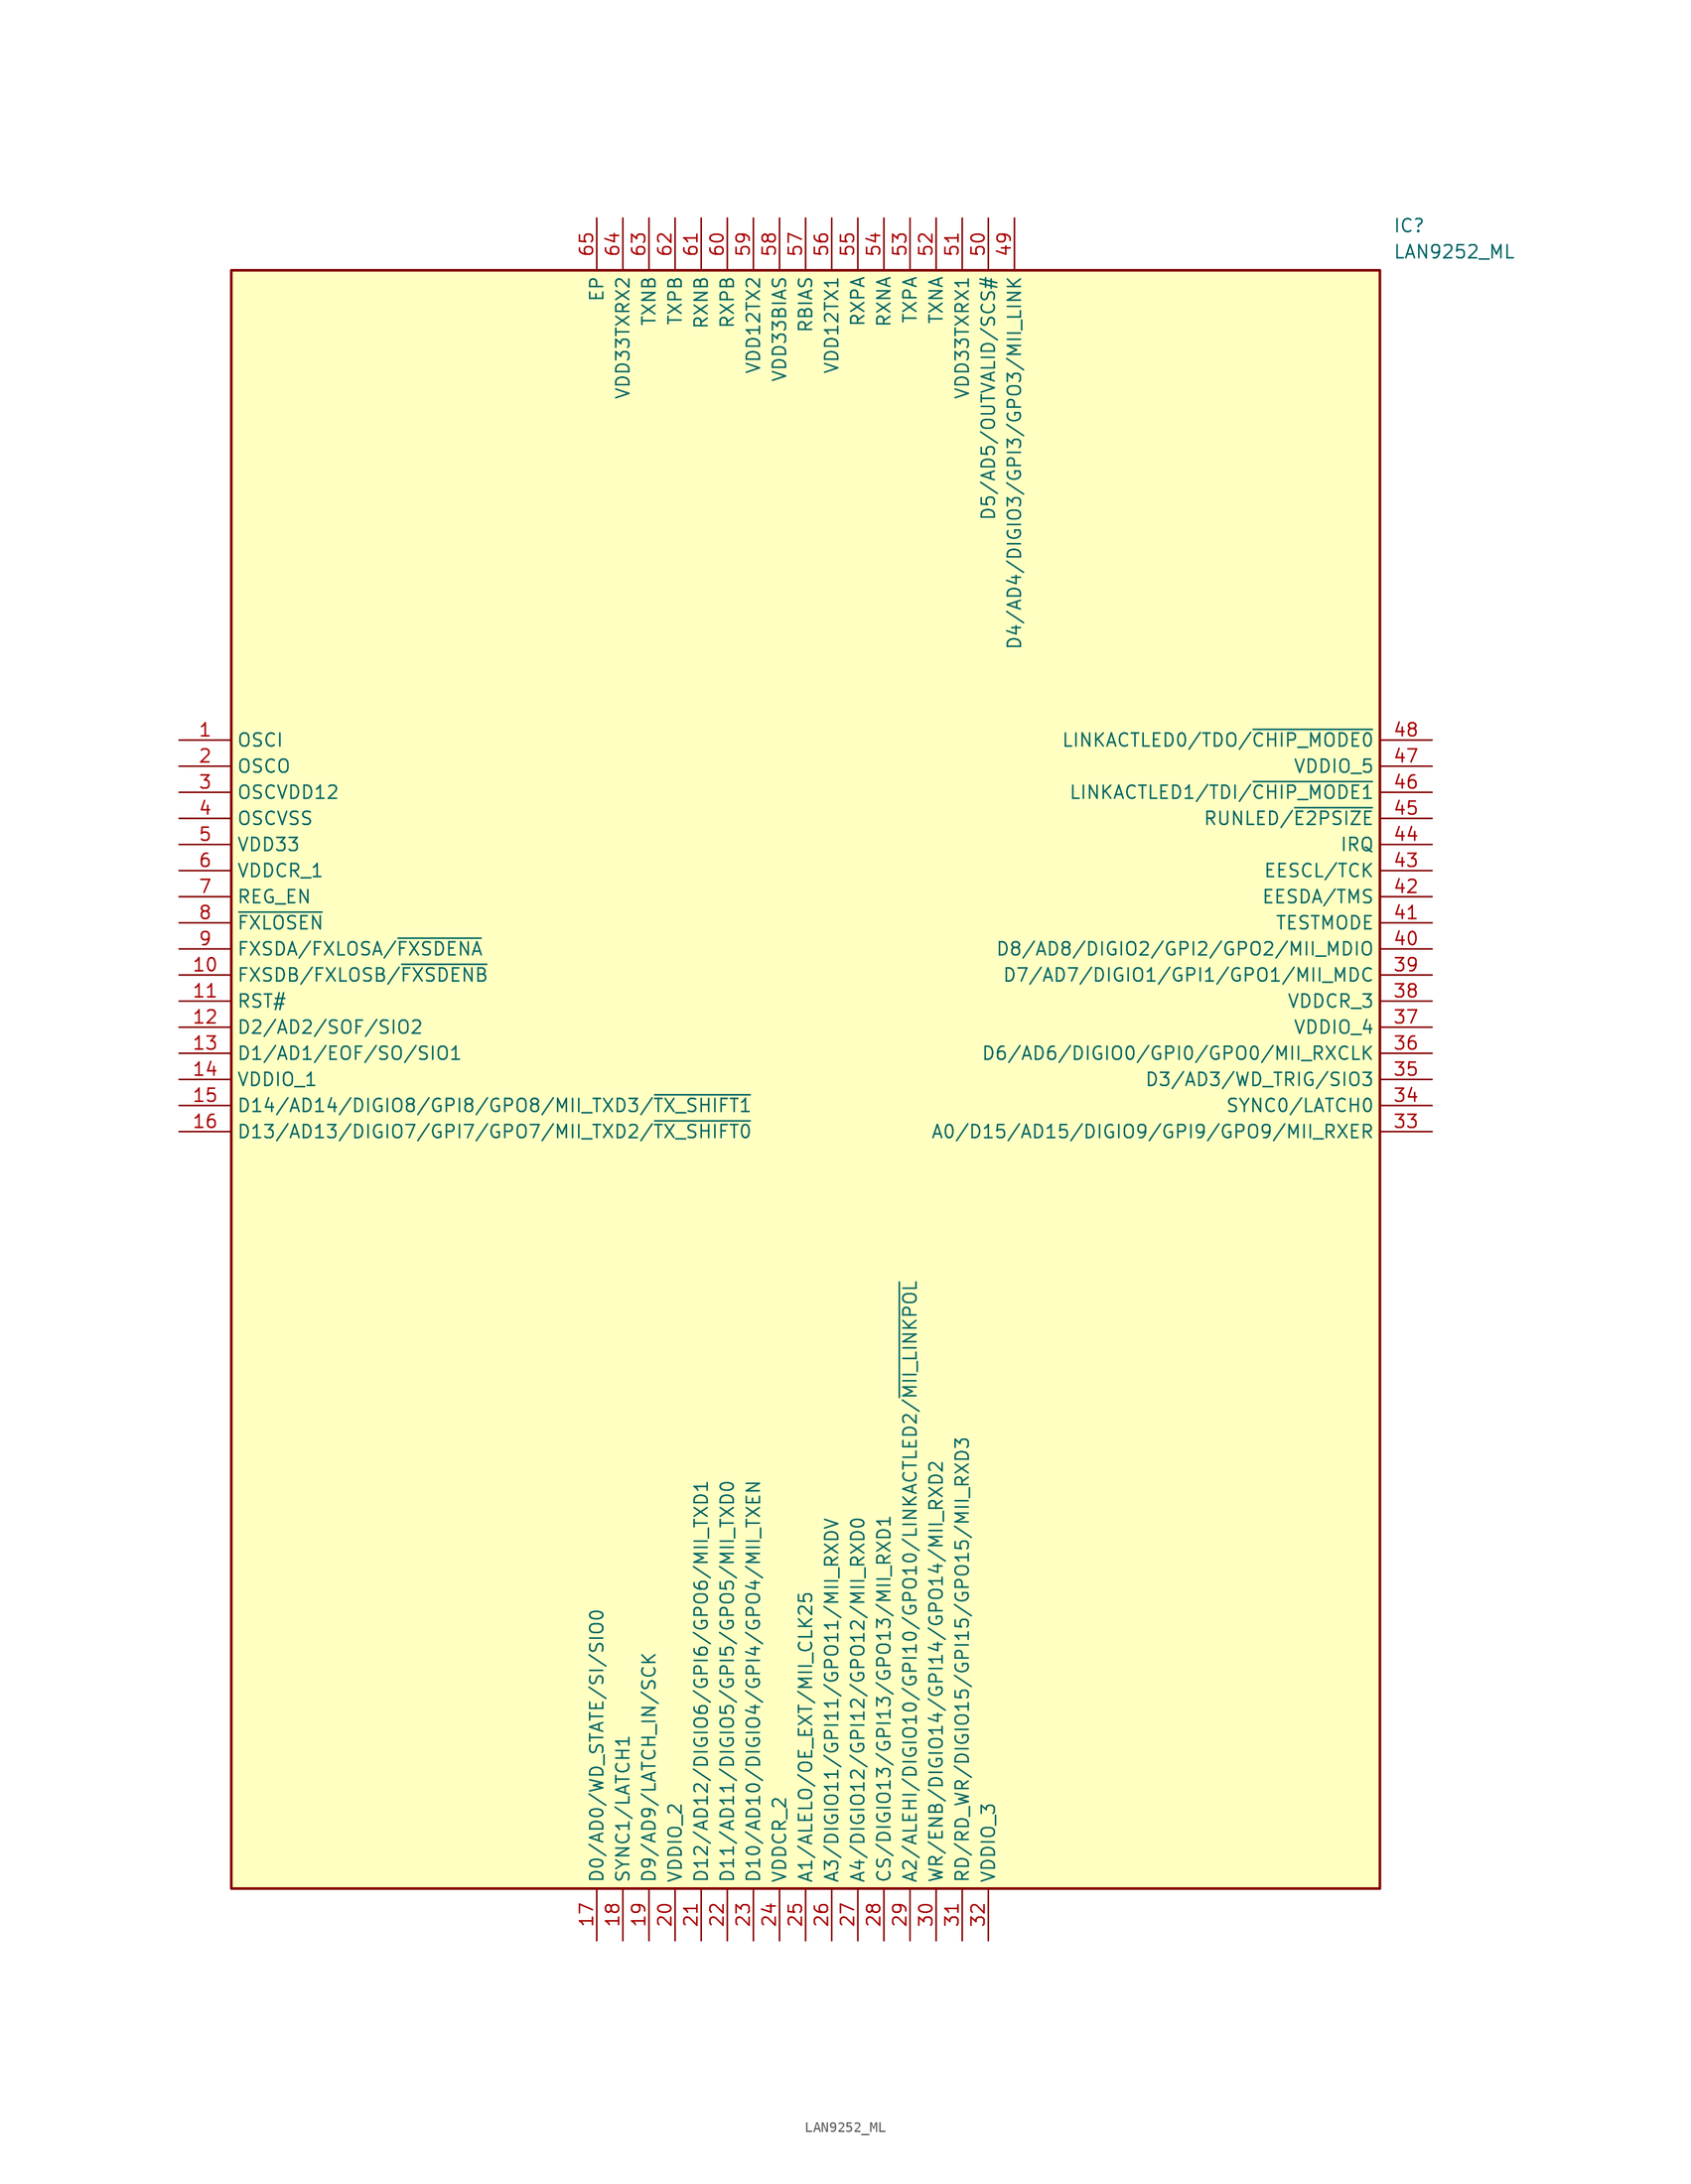
<source format=kicad_sym>
(kicad_symbol_lib
  (version 20211014)
  (generator SamacSys_ECAD_Model)
  (symbol "LAN9252_ML"
    (property "Reference" "IC"
      (at 118.11 50.8 0)
      (effects (font (size 1.27 1.27)) (justify left top)))
    (property "Value" "LAN9252_ML"
      (at 118.11 48.26 0)
      (effects (font (size 1.27 1.27)) (justify left top)))
    (rectangle
      (start 5.08 45.72)
      (end 116.84 -111.76)
      (stroke (width 0.254) (type default))
      (fill (type background)))
    (pin passive line
      (at 0 0 0)
      (length 5.08)
      (name "OSCI" (effects (font (size 1.27 1.27))))
      (number "1" (effects (font (size 1.27 1.27)))))
    (pin passive line
      (at 0 -2.54 0)
      (length 5.08)
      (name "OSCO" (effects (font (size 1.27 1.27))))
      (number "2" (effects (font (size 1.27 1.27)))))
    (pin passive line
      (at 0 -5.08 0)
      (length 5.08)
      (name "OSCVDD12" (effects (font (size 1.27 1.27))))
      (number "3" (effects (font (size 1.27 1.27)))))
    (pin passive line
      (at 0 -7.62 0)
      (length 5.08)
      (name "OSCVSS" (effects (font (size 1.27 1.27))))
      (number "4" (effects (font (size 1.27 1.27)))))
    (pin passive line
      (at 0 -10.16 0)
      (length 5.08)
      (name "VDD33" (effects (font (size 1.27 1.27))))
      (number "5" (effects (font (size 1.27 1.27)))))
    (pin passive line
      (at 0 -12.7 0)
      (length 5.08)
      (name "VDDCR_1" (effects (font (size 1.27 1.27))))
      (number "6" (effects (font (size 1.27 1.27)))))
    (pin passive line
      (at 0 -15.24 0)
      (length 5.08)
      (name "REG_EN" (effects (font (size 1.27 1.27))))
      (number "7" (effects (font (size 1.27 1.27)))))
    (pin passive line
      (at 0 -17.78 0)
      (length 5.08)
      (name "~{FXLOSEN}" (effects (font (size 1.27 1.27))))
      (number "8" (effects (font (size 1.27 1.27)))))
    (pin passive line
      (at 0 -20.32 0)
      (length 5.08)
      (name "FXSDA/FXLOSA/~{FXSDENA}" (effects (font (size 1.27 1.27))))
      (number "9" (effects (font (size 1.27 1.27)))))
    (pin passive line
      (at 0 -22.86 0)
      (length 5.08)
      (name "FXSDB/FXLOSB/~{FXSDENB}" (effects (font (size 1.27 1.27))))
      (number "10" (effects (font (size 1.27 1.27)))))
    (pin passive line
      (at 0 -25.4 0)
      (length 5.08)
      (name "RST#" (effects (font (size 1.27 1.27))))
      (number "11" (effects (font (size 1.27 1.27)))))
    (pin passive line
      (at 0 -27.94 0)
      (length 5.08)
      (name "D2/AD2/SOF/SIO2" (effects (font (size 1.27 1.27))))
      (number "12" (effects (font (size 1.27 1.27)))))
    (pin passive line
      (at 0 -30.48 0)
      (length 5.08)
      (name "D1/AD1/EOF/SO/SIO1" (effects (font (size 1.27 1.27))))
      (number "13" (effects (font (size 1.27 1.27)))))
    (pin passive line
      (at 0 -33.02 0)
      (length 5.08)
      (name "VDDIO_1" (effects (font (size 1.27 1.27))))
      (number "14" (effects (font (size 1.27 1.27)))))
    (pin passive line
      (at 0 -35.56 0)
      (length 5.08)
      (name "D14/AD14/DIGIO8/GPI8/GPO8/MII_TXD3/~{TX_SHIFT1}" (effects (font (size 1.27 1.27))))
      (number "15" (effects (font (size 1.27 1.27)))))
    (pin passive line
      (at 0 -38.1 0)
      (length 5.08)
      (name "D13/AD13/DIGIO7/GPI7/GPO7/MII_TXD2/~{TX_SHIFT0}" (effects (font (size 1.27 1.27))))
      (number "16" (effects (font (size 1.27 1.27)))))
    (pin passive line
      (at 40.64 -116.84 90)
      (length 5.08)
      (name "D0/AD0/WD_STATE/SI/SIO0" (effects (font (size 1.27 1.27))))
      (number "17" (effects (font (size 1.27 1.27)))))
    (pin passive line
      (at 43.18 -116.84 90)
      (length 5.08)
      (name "SYNC1/LATCH1" (effects (font (size 1.27 1.27))))
      (number "18" (effects (font (size 1.27 1.27)))))
    (pin passive line
      (at 45.72 -116.84 90)
      (length 5.08)
      (name "D9/AD9/LATCH_IN/SCK" (effects (font (size 1.27 1.27))))
      (number "19" (effects (font (size 1.27 1.27)))))
    (pin passive line
      (at 48.26 -116.84 90)
      (length 5.08)
      (name "VDDIO_2" (effects (font (size 1.27 1.27))))
      (number "20" (effects (font (size 1.27 1.27)))))
    (pin passive line
      (at 50.8 -116.84 90)
      (length 5.08)
      (name "D12/AD12/DIGIO6/GPI6/GPO6/MII_TXD1" (effects (font (size 1.27 1.27))))
      (number "21" (effects (font (size 1.27 1.27)))))
    (pin passive line
      (at 53.34 -116.84 90)
      (length 5.08)
      (name "D11/AD11/DIGIO5/GPI5/GPO5/MII_TXD0" (effects (font (size 1.27 1.27))))
      (number "22" (effects (font (size 1.27 1.27)))))
    (pin passive line
      (at 55.88 -116.84 90)
      (length 5.08)
      (name "D10/AD10/DIGIO4/GPI4/GPO4/MII_TXEN" (effects (font (size 1.27 1.27))))
      (number "23" (effects (font (size 1.27 1.27)))))
    (pin passive line
      (at 58.42 -116.84 90)
      (length 5.08)
      (name "VDDCR_2" (effects (font (size 1.27 1.27))))
      (number "24" (effects (font (size 1.27 1.27)))))
    (pin passive line
      (at 60.96 -116.84 90)
      (length 5.08)
      (name "A1/ALELO/OE_EXT/MII_CLK25" (effects (font (size 1.27 1.27))))
      (number "25" (effects (font (size 1.27 1.27)))))
    (pin passive line
      (at 63.5 -116.84 90)
      (length 5.08)
      (name "A3/DIGIO11/GPI11/GPO11/MII_RXDV" (effects (font (size 1.27 1.27))))
      (number "26" (effects (font (size 1.27 1.27)))))
    (pin passive line
      (at 66.04 -116.84 90)
      (length 5.08)
      (name "A4/DIGIO12/GPI12/GPO12/MII_RXD0" (effects (font (size 1.27 1.27))))
      (number "27" (effects (font (size 1.27 1.27)))))
    (pin passive line
      (at 68.58 -116.84 90)
      (length 5.08)
      (name "CS/DIGIO13/GPI13/GPO13/MII_RXD1" (effects (font (size 1.27 1.27))))
      (number "28" (effects (font (size 1.27 1.27)))))
    (pin passive line
      (at 71.12 -116.84 90)
      (length 5.08)
      (name "A2/ALEHI/DIGIO10/GPI10/GPO10/LINKACTLED2/~{MII_LINKPOL}" (effects (font (size 1.27 1.27))))
      (number "29" (effects (font (size 1.27 1.27)))))
    (pin passive line
      (at 73.66 -116.84 90)
      (length 5.08)
      (name "WR/ENB/DIGIO14/GPI14/GPO14/MII_RXD2" (effects (font (size 1.27 1.27))))
      (number "30" (effects (font (size 1.27 1.27)))))
    (pin passive line
      (at 76.2 -116.84 90)
      (length 5.08)
      (name "RD/RD_WR/DIGIO15/GPI15/GPO15/MII_RXD3" (effects (font (size 1.27 1.27))))
      (number "31" (effects (font (size 1.27 1.27)))))
    (pin passive line
      (at 78.74 -116.84 90)
      (length 5.08)
      (name "VDDIO_3" (effects (font (size 1.27 1.27))))
      (number "32" (effects (font (size 1.27 1.27)))))
    (pin passive line
      (at 121.92 0 180)
      (length 5.08)
      (name "LINKACTLED0/TDO/~{CHIP_MODE0}" (effects (font (size 1.27 1.27))))
      (number "48" (effects (font (size 1.27 1.27)))))
    (pin passive line
      (at 121.92 -2.54 180)
      (length 5.08)
      (name "VDDIO_5" (effects (font (size 1.27 1.27))))
      (number "47" (effects (font (size 1.27 1.27)))))
    (pin passive line
      (at 121.92 -5.08 180)
      (length 5.08)
      (name "LINKACTLED1/TDI/~{CHIP_MODE1}" (effects (font (size 1.27 1.27))))
      (number "46" (effects (font (size 1.27 1.27)))))
    (pin passive line
      (at 121.92 -7.62 180)
      (length 5.08)
      (name "RUNLED/~{E2PSIZE}" (effects (font (size 1.27 1.27))))
      (number "45" (effects (font (size 1.27 1.27)))))
    (pin passive line
      (at 121.92 -10.16 180)
      (length 5.08)
      (name "IRQ" (effects (font (size 1.27 1.27))))
      (number "44" (effects (font (size 1.27 1.27)))))
    (pin passive line
      (at 121.92 -12.7 180)
      (length 5.08)
      (name "EESCL/TCK" (effects (font (size 1.27 1.27))))
      (number "43" (effects (font (size 1.27 1.27)))))
    (pin passive line
      (at 121.92 -15.24 180)
      (length 5.08)
      (name "EESDA/TMS" (effects (font (size 1.27 1.27))))
      (number "42" (effects (font (size 1.27 1.27)))))
    (pin passive line
      (at 121.92 -17.78 180)
      (length 5.08)
      (name "TESTMODE" (effects (font (size 1.27 1.27))))
      (number "41" (effects (font (size 1.27 1.27)))))
    (pin passive line
      (at 121.92 -20.32 180)
      (length 5.08)
      (name "D8/AD8/DIGIO2/GPI2/GPO2/MII_MDIO" (effects (font (size 1.27 1.27))))
      (number "40" (effects (font (size 1.27 1.27)))))
    (pin passive line
      (at 121.92 -22.86 180)
      (length 5.08)
      (name "D7/AD7/DIGIO1/GPI1/GPO1/MII_MDC" (effects (font (size 1.27 1.27))))
      (number "39" (effects (font (size 1.27 1.27)))))
    (pin passive line
      (at 121.92 -25.4 180)
      (length 5.08)
      (name "VDDCR_3" (effects (font (size 1.27 1.27))))
      (number "38" (effects (font (size 1.27 1.27)))))
    (pin passive line
      (at 121.92 -27.94 180)
      (length 5.08)
      (name "VDDIO_4" (effects (font (size 1.27 1.27))))
      (number "37" (effects (font (size 1.27 1.27)))))
    (pin passive line
      (at 121.92 -30.48 180)
      (length 5.08)
      (name "D6/AD6/DIGIO0/GPI0/GPO0/MII_RXCLK" (effects (font (size 1.27 1.27))))
      (number "36" (effects (font (size 1.27 1.27)))))
    (pin passive line
      (at 121.92 -33.02 180)
      (length 5.08)
      (name "D3/AD3/WD_TRIG/SIO3" (effects (font (size 1.27 1.27))))
      (number "35" (effects (font (size 1.27 1.27)))))
    (pin passive line
      (at 121.92 -35.56 180)
      (length 5.08)
      (name "SYNC0/LATCH0" (effects (font (size 1.27 1.27))))
      (number "34" (effects (font (size 1.27 1.27)))))
    (pin passive line
      (at 121.92 -38.1 180)
      (length 5.08)
      (name "A0/D15/AD15/DIGIO9/GPI9/GPO9/MII_RXER" (effects (font (size 1.27 1.27))))
      (number "33" (effects (font (size 1.27 1.27)))))
    (pin passive line
      (at 40.64 50.8 270)
      (length 5.08)
      (name "EP" (effects (font (size 1.27 1.27))))
      (number "65" (effects (font (size 1.27 1.27)))))
    (pin passive line
      (at 43.18 50.8 270)
      (length 5.08)
      (name "VDD33TXRX2" (effects (font (size 1.27 1.27))))
      (number "64" (effects (font (size 1.27 1.27)))))
    (pin passive line
      (at 45.72 50.8 270)
      (length 5.08)
      (name "TXNB" (effects (font (size 1.27 1.27))))
      (number "63" (effects (font (size 1.27 1.27)))))
    (pin passive line
      (at 48.26 50.8 270)
      (length 5.08)
      (name "TXPB" (effects (font (size 1.27 1.27))))
      (number "62" (effects (font (size 1.27 1.27)))))
    (pin passive line
      (at 50.8 50.8 270)
      (length 5.08)
      (name "RXNB" (effects (font (size 1.27 1.27))))
      (number "61" (effects (font (size 1.27 1.27)))))
    (pin passive line
      (at 53.34 50.8 270)
      (length 5.08)
      (name "RXPB" (effects (font (size 1.27 1.27))))
      (number "60" (effects (font (size 1.27 1.27)))))
    (pin passive line
      (at 55.88 50.8 270)
      (length 5.08)
      (name "VDD12TX2" (effects (font (size 1.27 1.27))))
      (number "59" (effects (font (size 1.27 1.27)))))
    (pin passive line
      (at 58.42 50.8 270)
      (length 5.08)
      (name "VDD33BIAS" (effects (font (size 1.27 1.27))))
      (number "58" (effects (font (size 1.27 1.27)))))
    (pin passive line
      (at 60.96 50.8 270)
      (length 5.08)
      (name "RBIAS" (effects (font (size 1.27 1.27))))
      (number "57" (effects (font (size 1.27 1.27)))))
    (pin passive line
      (at 63.5 50.8 270)
      (length 5.08)
      (name "VDD12TX1" (effects (font (size 1.27 1.27))))
      (number "56" (effects (font (size 1.27 1.27)))))
    (pin passive line
      (at 66.04 50.8 270)
      (length 5.08)
      (name "RXPA" (effects (font (size 1.27 1.27))))
      (number "55" (effects (font (size 1.27 1.27)))))
    (pin passive line
      (at 68.58 50.8 270)
      (length 5.08)
      (name "RXNA" (effects (font (size 1.27 1.27))))
      (number "54" (effects (font (size 1.27 1.27)))))
    (pin passive line
      (at 71.12 50.8 270)
      (length 5.08)
      (name "TXPA" (effects (font (size 1.27 1.27))))
      (number "53" (effects (font (size 1.27 1.27)))))
    (pin passive line
      (at 73.66 50.8 270)
      (length 5.08)
      (name "TXNA" (effects (font (size 1.27 1.27))))
      (number "52" (effects (font (size 1.27 1.27)))))
    (pin passive line
      (at 76.2 50.8 270)
      (length 5.08)
      (name "VDD33TXRX1" (effects (font (size 1.27 1.27))))
      (number "51" (effects (font (size 1.27 1.27)))))
    (pin passive line
      (at 78.74 50.8 270)
      (length 5.08)
      (name "D5/AD5/OUTVALID/SCS#" (effects (font (size 1.27 1.27))))
      (number "50" (effects (font (size 1.27 1.27)))))
    (pin passive line
      (at 81.28 50.8 270)
      (length 5.08)
      (name "D4/AD4/DIGIO3/GPI3/GPO3/MII_LINK" (effects (font (size 1.27 1.27))))
      (number "49" (effects (font (size 1.27 1.27)))))))
</source>
